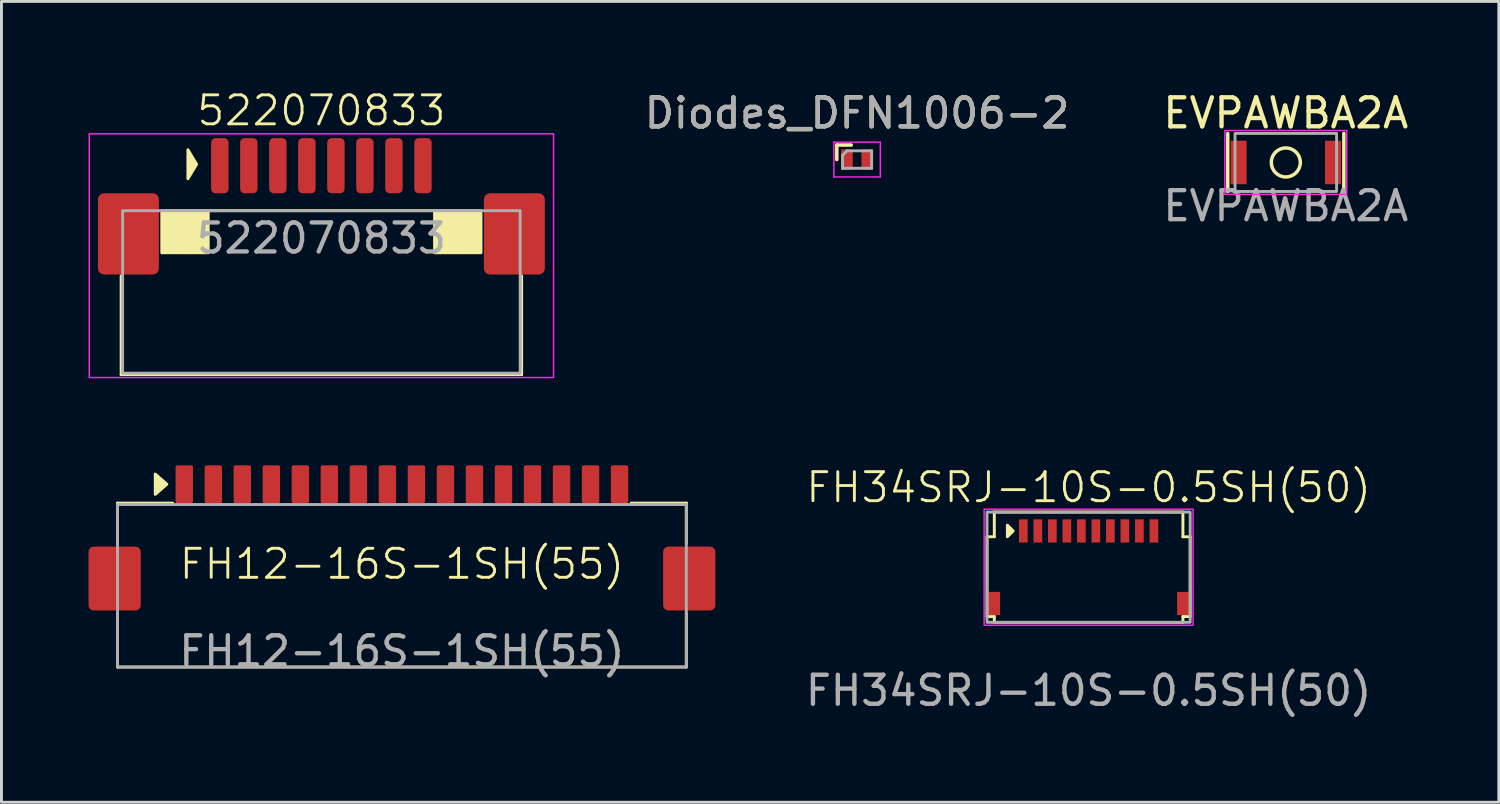
<source format=kicad_pcb>
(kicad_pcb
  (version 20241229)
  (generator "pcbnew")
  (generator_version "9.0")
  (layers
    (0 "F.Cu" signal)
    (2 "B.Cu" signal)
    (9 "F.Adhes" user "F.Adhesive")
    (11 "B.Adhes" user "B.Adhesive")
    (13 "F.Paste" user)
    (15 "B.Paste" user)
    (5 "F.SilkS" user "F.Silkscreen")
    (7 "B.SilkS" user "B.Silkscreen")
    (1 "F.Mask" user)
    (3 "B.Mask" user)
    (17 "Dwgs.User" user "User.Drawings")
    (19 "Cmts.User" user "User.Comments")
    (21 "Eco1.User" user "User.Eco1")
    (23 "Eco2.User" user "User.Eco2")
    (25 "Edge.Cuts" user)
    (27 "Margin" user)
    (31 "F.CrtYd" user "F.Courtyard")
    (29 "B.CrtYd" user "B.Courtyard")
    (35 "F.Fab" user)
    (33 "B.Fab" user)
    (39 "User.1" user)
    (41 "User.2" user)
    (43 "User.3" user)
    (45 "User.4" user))
  (footprint "EVPAWBA2A"
    (layer "F.Cu")
    (at 41.258 2.548)
    (property "Reference" "EVPAWBA2A" (at 0 -1.7 0) (unlocked yes) (layer "F.SilkS") (effects (font (size 1 1) (thickness 0.15))))
    (attr smd)
    (fp_line (start -2 -1) (end -2 1) (stroke (width 0.12) (type solid)) (layer "F.SilkS"))
    (fp_line (start 2 -1) (end 2 1) (stroke (width 0.12) (type solid)) (layer "F.SilkS"))
    (fp_circle (center 0 0) (end 0.5 0) (stroke (width 0.12) (type solid)) (fill no) (layer "F.SilkS"))
    (fp_rect (start -2.1 -1.1) (end 2.1 1.1) (stroke (width 0.05) (type solid)) (fill no) (layer "F.CrtYd"))
    (fp_rect (start -1.75 -1) (end 1.75 1) (stroke (width 0.1) (type solid)) (fill no) (layer "F.Fab"))
    (fp_text user "${REFERENCE}" (at 0 1.5 0) (unlocked yes) (layer "F.Fab") (effects (font (size 1 1) (thickness 0.15))))
    (pad "1" smd rect (at -1.625 0) (size 0.55 1.5) (layers "F.Cu" "F.Mask" "F.Paste"))
    (pad "2" smd rect (at 1.625 0) (size 0.55 1.5) (layers "F.Cu" "F.Mask" "F.Paste")))
  (footprint "522070833"
    (layer "F.Cu")
    (at 8.025 2.66)
    (property "Reference" "522070833" (at 0 -1.9 0) (unlocked yes) (layer "F.SilkS") (effects (font (size 1 1) (thickness 0.1))))
    (attr smd)
    (fp_line (start -6.9 3.8) (end -6.9 7.2) (stroke (width 0.1) (type default)) (layer "F.SilkS"))
    (fp_line (start -6.9 7.2) (end 6.9 7.2) (stroke (width 0.1) (type default)) (layer "F.SilkS"))
    (fp_line (start -5.5 1.55) (end 5.5 1.55) (stroke (width 0.1) (type default)) (layer "F.SilkS"))
    (fp_line (start 6.9 7.2) (end 6.9 3.8) (stroke (width 0.1) (type default)) (layer "F.SilkS"))
    (fp_rect (start -3.9 1.6) (end -5.5 3) (stroke (width 0.1) (type solid)) (fill yes) (layer "F.SilkS"))
    (fp_rect (start 5.5 1.6) (end 3.9 3) (stroke (width 0.1) (type solid)) (fill yes) (layer "F.SilkS"))
    (fp_poly (pts (xy -4.6 -0.55) (xy -4.6 0.45) (xy -4.3 -0.05)) (stroke (width 0.1) (type solid)) (fill yes) (layer "F.SilkS"))
    (fp_rect (start -8 -1.1) (end 8 7.3) (stroke (width 0.05) (type default)) (fill no) (layer "F.CrtYd"))
    (fp_rect (start -6.85 1.55) (end 6.85 7.15) (stroke (width 0.1) (type default)) (fill no) (layer "F.Fab"))
    (fp_text user "${REFERENCE}" (at 0 2.5 0) (unlocked yes) (layer "F.Fab") (effects (font (size 1 1) (thickness 0.15))))
    (pad "" smd roundrect (at -6.65 2.35) (size 2.1 2.8) (layers "F.Cu" "F.Mask" "F.Paste") (roundrect_rratio 0.1))
    (pad "" smd roundrect (at 6.65 2.35) (size 2.1 2.8) (layers "F.Cu" "F.Mask" "F.Paste") (roundrect_rratio 0.1))
    (pad "1" smd roundrect (at -3.5 0) (size 0.6 1.9) (layers "F.Cu" "F.Mask" "F.Paste") (roundrect_rratio 0.25))
    (pad "2" smd roundrect (at -2.5 0) (size 0.6 1.9) (layers "F.Cu" "F.Mask" "F.Paste") (roundrect_rratio 0.25))
    (pad "3" smd roundrect (at -1.5 0) (size 0.6 1.9) (layers "F.Cu" "F.Mask" "F.Paste") (roundrect_rratio 0.25))
    (pad "4" smd roundrect (at -0.5 0) (size 0.6 1.9) (layers "F.Cu" "F.Mask" "F.Paste") (roundrect_rratio 0.25))
    (pad "5" smd roundrect (at 0.5 0) (size 0.6 1.9) (layers "F.Cu" "F.Mask" "F.Paste") (roundrect_rratio 0.25))
    (pad "6" smd roundrect (at 1.5 0) (size 0.6 1.9) (layers "F.Cu" "F.Mask" "F.Paste") (roundrect_rratio 0.25))
    (pad "7" smd roundrect (at 2.5 0) (size 0.6 1.9) (layers "F.Cu" "F.Mask" "F.Paste") (roundrect_rratio 0.25))
    (pad "8" smd roundrect (at 3.5 0) (size 0.6 1.9) (layers "F.Cu" "F.Mask" "F.Paste") (roundrect_rratio 0.25))
    (zone (net_name "") (layer "F.Cu") (hatch edge 0.5) (connect_pads) (min_thickness 0.25) (filled_areas_thickness no) (keepout (tracks not_allowed) (vias not_allowed) (pads not_allowed) (copperpour not_allowed) (footprints allowed)) (placement (enabled no)) (fill) (polygon (pts (xy 2.425 4.261) (xy 2.425 5.66) (xy 4.125 5.66) (xy 4.125 4.261))))
    (zone (net_name "") (layer "F.Cu") (hatch edge 0.5) (connect_pads) (min_thickness 0.25) (filled_areas_thickness no) (keepout (tracks not_allowed) (vias not_allowed) (pads not_allowed) (copperpour not_allowed) (footprints allowed)) (placement (enabled no)) (fill) (polygon (pts (xy 11.925 4.261) (xy 11.925 5.66) (xy 13.625 5.66) (xy 13.625 4.261)))))
  (footprint "FH34SRJ-10S-0.5SH(50)"
    (layer "F.Cu")
    (at 34.463 18.396)
    (property "Reference" "FH34SRJ-10S-0.5SH(50)" (at 0 -4.65 0) (unlocked yes) (layer "F.SilkS") (effects (font (size 1 1) (thickness 0.1))))
    (attr smd)
    (fp_line (start -3.5 -2.95) (end -3.5 -0.2) (stroke (width 0.1) (type default)) (layer "F.SilkS"))
    (fp_line (start -3.25 -3.8) (end -3.25 -2.95) (stroke (width 0.1) (type default)) (layer "F.SilkS"))
    (fp_line (start -3.25 -3.8) (end 3.25 -3.8) (stroke (width 0.1) (type default)) (layer "F.SilkS"))
    (fp_line (start -3.25 -2.95) (end -3.5 -2.95) (stroke (width 0.1) (type default)) (layer "F.SilkS"))
    (fp_line (start -3.25 -0.2) (end -3.5 -0.2) (stroke (width 0.1) (type default)) (layer "F.SilkS"))
    (fp_line (start -3.25 -0.2) (end -3.25 0) (stroke (width 0.1) (type default)) (layer "F.SilkS"))
    (fp_line (start -3.25 0) (end 3.25 0) (stroke (width 0.1) (type default)) (layer "F.SilkS"))
    (fp_line (start 3.25 -3.8) (end 3.25 -2.95) (stroke (width 0.1) (type default)) (layer "F.SilkS"))
    (fp_line (start 3.25 -2.95) (end 3.5 -2.95) (stroke (width 0.1) (type default)) (layer "F.SilkS"))
    (fp_line (start 3.25 -0.2) (end 3.5 -0.2) (stroke (width 0.1) (type default)) (layer "F.SilkS"))
    (fp_line (start 3.25 0) (end 3.25 -0.2) (stroke (width 0.1) (type default)) (layer "F.SilkS"))
    (fp_line (start 3.5 -2.95) (end 3.5 -0.2) (stroke (width 0.1) (type default)) (layer "F.SilkS"))
    (fp_poly (pts (xy -2.8 -3.35) (xy -2.6 -3.15) (xy -2.8 -2.95)) (stroke (width 0.1) (type solid)) (fill yes) (layer "F.SilkS"))
    (fp_rect (start -3.6 0.1) (end 3.6 -3.9) (stroke (width 0.05) (type default)) (fill no) (layer "F.CrtYd"))
    (fp_rect (start -3.5 -3.8) (end 3.5 0) (stroke (width 0.1) (type default)) (fill no) (layer "F.Fab"))
    (fp_text user "${REFERENCE}" (at 0 2.35 0) (unlocked yes) (layer "F.Fab") (effects (font (size 1 1) (thickness 0.15))))
    (pad "1" smd rect (at -2.25 -3.15) (size 0.3 0.8) (layers "F.Cu" "F.Mask" "F.Paste"))
    (pad "2" smd rect (at -1.75 -3.15) (size 0.3 0.8) (layers "F.Cu" "F.Mask" "F.Paste"))
    (pad "3" smd rect (at -1.25 -3.15) (size 0.3 0.8) (layers "F.Cu" "F.Mask" "F.Paste"))
    (pad "4" smd rect (at -0.75 -3.15) (size 0.3 0.8) (layers "F.Cu" "F.Mask" "F.Paste"))
    (pad "5" smd rect (at -0.25 -3.15) (size 0.3 0.8) (layers "F.Cu" "F.Mask" "F.Paste"))
    (pad "6" smd rect (at 0.25 -3.15) (size 0.3 0.8) (layers "F.Cu" "F.Mask" "F.Paste"))
    (pad "7" smd rect (at 0.75 -3.15) (size 0.3 0.8) (layers "F.Cu" "F.Mask" "F.Paste"))
    (pad "8" smd rect (at 1.25 -3.15) (size 0.3 0.8) (layers "F.Cu" "F.Mask" "F.Paste"))
    (pad "9" smd rect (at 1.75 -3.15) (size 0.3 0.8) (layers "F.Cu" "F.Mask" "F.Paste"))
    (pad "10" smd rect (at 2.25 -3.15) (size 0.3 0.8) (layers "F.Cu" "F.Mask" "F.Paste"))
    (pad "MP1" smd rect (at -3.25 -0.65) (size 0.4 0.8) (layers "F.Cu" "F.Mask" "F.Paste"))
    (pad "MP2" smd rect (at 3.25 -0.65) (size 0.4 0.8) (layers "F.Cu" "F.Mask" "F.Paste")))
  (footprint "Diodes_DFN1006-2"
    (layer "F.Cu")
    (at 26.485 2.448)
    (property "Reference" "Diodes_DFN1006-2" (at 0 -1.6 0) (layer "F.SilkS") (effects (font (size 1 1) (thickness 0.15))))
    (attr smd)
    (fp_line (start -0.7 -0.5) (end -0.7 0) (stroke (width 0.12) (type solid)) (layer "F.SilkS"))
    (fp_line (start -0.2 -0.5) (end -0.7 -0.5) (stroke (width 0.12) (type solid)) (layer "F.SilkS"))
    (fp_line (start -0.8 -0.6) (end 0.8 -0.6) (stroke (width 0.05) (type solid)) (layer "F.CrtYd"))
    (fp_line (start -0.8 0.6) (end -0.8 -0.6) (stroke (width 0.05) (type solid)) (layer "F.CrtYd"))
    (fp_line (start 0.8 -0.6) (end 0.8 0.6) (stroke (width 0.05) (type solid)) (layer "F.CrtYd"))
    (fp_line (start 0.8 0.6) (end -0.8 0.6) (stroke (width 0.05) (type solid)) (layer "F.CrtYd"))
    (fp_line (start -0.5 0.3) (end -0.5 -0.15) (stroke (width 0.1) (type solid)) (layer "F.Fab"))
    (fp_line (start -0.35 -0.3) (end -0.5 -0.15) (stroke (width 0.1) (type solid)) (layer "F.Fab"))
    (fp_line (start -0.35 -0.3) (end 0.5 -0.3) (stroke (width 0.1) (type solid)) (layer "F.Fab"))
    (fp_line (start 0.5 -0.3) (end 0.5 0.3) (stroke (width 0.1) (type solid)) (layer "F.Fab"))
    (fp_line (start 0.5 0.3) (end -0.5 0.3) (stroke (width 0.1) (type solid)) (layer "F.Fab"))
    (fp_text user "${REFERENCE}" (at 0 -1.6 0) (layer "F.Fab") (effects (font (size 1 1) (thickness 0.15))))
    (pad "1" smd rect (at -0.35 0 270) (size 0.7 0.4) (layers "F.Cu" "F.Mask" "F.Paste"))
    (pad "2" smd rect (at 0.35 0 270) (size 0.7 0.4) (layers "F.Cu" "F.Mask" "F.Paste")))
  (footprint "FH12-16S-1SH(55)"
    (layer "F.Cu")
    (at 10.8 16.886)
    (property "Reference" "FH12-16S-1SH(55)" (at 0 -0.5 0) (unlocked yes) (layer "F.SilkS") (effects (font (size 1 1) (thickness 0.1))))
    (attr smd)
    (fp_line (start -9.8 -2.6) (end -7.9 -2.6) (stroke (width 0.1) (type default)) (layer "F.SilkS"))
    (fp_line (start -9.8 -1.2) (end -9.8 -2.6) (stroke (width 0.1) (type default)) (layer "F.SilkS"))
    (fp_line (start -9.8 3.05) (end -9.8 1.2) (stroke (width 0.1) (type default)) (layer "F.SilkS"))
    (fp_line (start 9.8 -2.6) (end 7.9 -2.6) (stroke (width 0.1) (type default)) (layer "F.SilkS"))
    (fp_line (start 9.8 -1.2) (end 9.8 -2.6) (stroke (width 0.1) (type default)) (layer "F.SilkS"))
    (fp_line (start 9.8 1.2) (end 9.8 3.05) (stroke (width 0.1) (type default)) (layer "F.SilkS"))
    (fp_line (start 9.8 3.05) (end -9.8 3.05) (stroke (width 0.1) (type default)) (layer "F.SilkS"))
    (fp_poly (pts (xy -8.5 -3.6) (xy -8.5 -2.9) (xy -8.1 -3.25)) (stroke (width 0.1) (type solid)) (fill yes) (layer "F.SilkS"))
    (fp_rect (start -9.8 -2.55) (end 9.8 3.05) (stroke (width 0.1) (type default)) (fill no) (layer "F.Fab"))
    (fp_text user "${REFERENCE}" (at 0 2.5 0) (unlocked yes) (layer "F.Fab") (effects (font (size 1 1) (thickness 0.15))))
    (pad "1" smd roundrect (at -7.5 -3.25) (size 0.6 1.3) (layers "F.Cu" "F.Mask" "F.Paste") (roundrect_rratio 0.1))
    (pad "2" smd roundrect (at -6.5 -3.25) (size 0.6 1.3) (layers "F.Cu" "F.Mask" "F.Paste") (roundrect_rratio 0.1))
    (pad "3" smd roundrect (at -5.5 -3.25) (size 0.6 1.3) (layers "F.Cu" "F.Mask" "F.Paste") (roundrect_rratio 0.1))
    (pad "4" smd roundrect (at -4.5 -3.25) (size 0.6 1.3) (layers "F.Cu" "F.Mask" "F.Paste") (roundrect_rratio 0.1))
    (pad "5" smd roundrect (at -3.5 -3.25) (size 0.6 1.3) (layers "F.Cu" "F.Mask" "F.Paste") (roundrect_rratio 0.1))
    (pad "6" smd roundrect (at -2.5 -3.25) (size 0.6 1.3) (layers "F.Cu" "F.Mask" "F.Paste") (roundrect_rratio 0.1))
    (pad "7" smd roundrect (at -1.5 -3.25) (size 0.6 1.3) (layers "F.Cu" "F.Mask" "F.Paste") (roundrect_rratio 0.1))
    (pad "8" smd roundrect (at -0.5 -3.25) (size 0.6 1.3) (layers "F.Cu" "F.Mask" "F.Paste") (roundrect_rratio 0.1))
    (pad "9" smd roundrect (at 0.5 -3.25) (size 0.6 1.3) (layers "F.Cu" "F.Mask" "F.Paste") (roundrect_rratio 0.1))
    (pad "10" smd roundrect (at 1.5 -3.25) (size 0.6 1.3) (layers "F.Cu" "F.Mask" "F.Paste") (roundrect_rratio 0.1))
    (pad "11" smd roundrect (at 2.5 -3.25) (size 0.6 1.3) (layers "F.Cu" "F.Mask" "F.Paste") (roundrect_rratio 0.1))
    (pad "12" smd roundrect (at 3.5 -3.25) (size 0.6 1.3) (layers "F.Cu" "F.Mask" "F.Paste") (roundrect_rratio 0.1))
    (pad "13" smd roundrect (at 4.5 -3.25) (size 0.6 1.3) (layers "F.Cu" "F.Mask" "F.Paste") (roundrect_rratio 0.1))
    (pad "14" smd roundrect (at 5.5 -3.25) (size 0.6 1.3) (layers "F.Cu" "F.Mask" "F.Paste") (roundrect_rratio 0.1))
    (pad "15" smd roundrect (at 6.5 -3.25) (size 0.6 1.3) (layers "F.Cu" "F.Mask" "F.Paste") (roundrect_rratio 0.1))
    (pad "16" smd roundrect (at 7.5 -3.25) (size 0.6 1.3) (layers "F.Cu" "F.Mask" "F.Paste") (roundrect_rratio 0.1))
    (pad "MP" smd roundrect (at -9.9 0) (size 1.8 2.2) (layers "F.Cu" "F.Mask" "F.Paste") (roundrect_rratio 0.1))
    (pad "MP" smd roundrect (at 9.9 0) (size 1.8 2.2) (layers "F.Cu" "F.Mask" "F.Paste") (roundrect_rratio 0.1)))
  (gr_rect
    (start -3 -3)
    (end 48.598 24.594)
    (stroke (width 0.1) (type default))
    (fill no)
    (layer "Edge.Cuts")))
</source>
